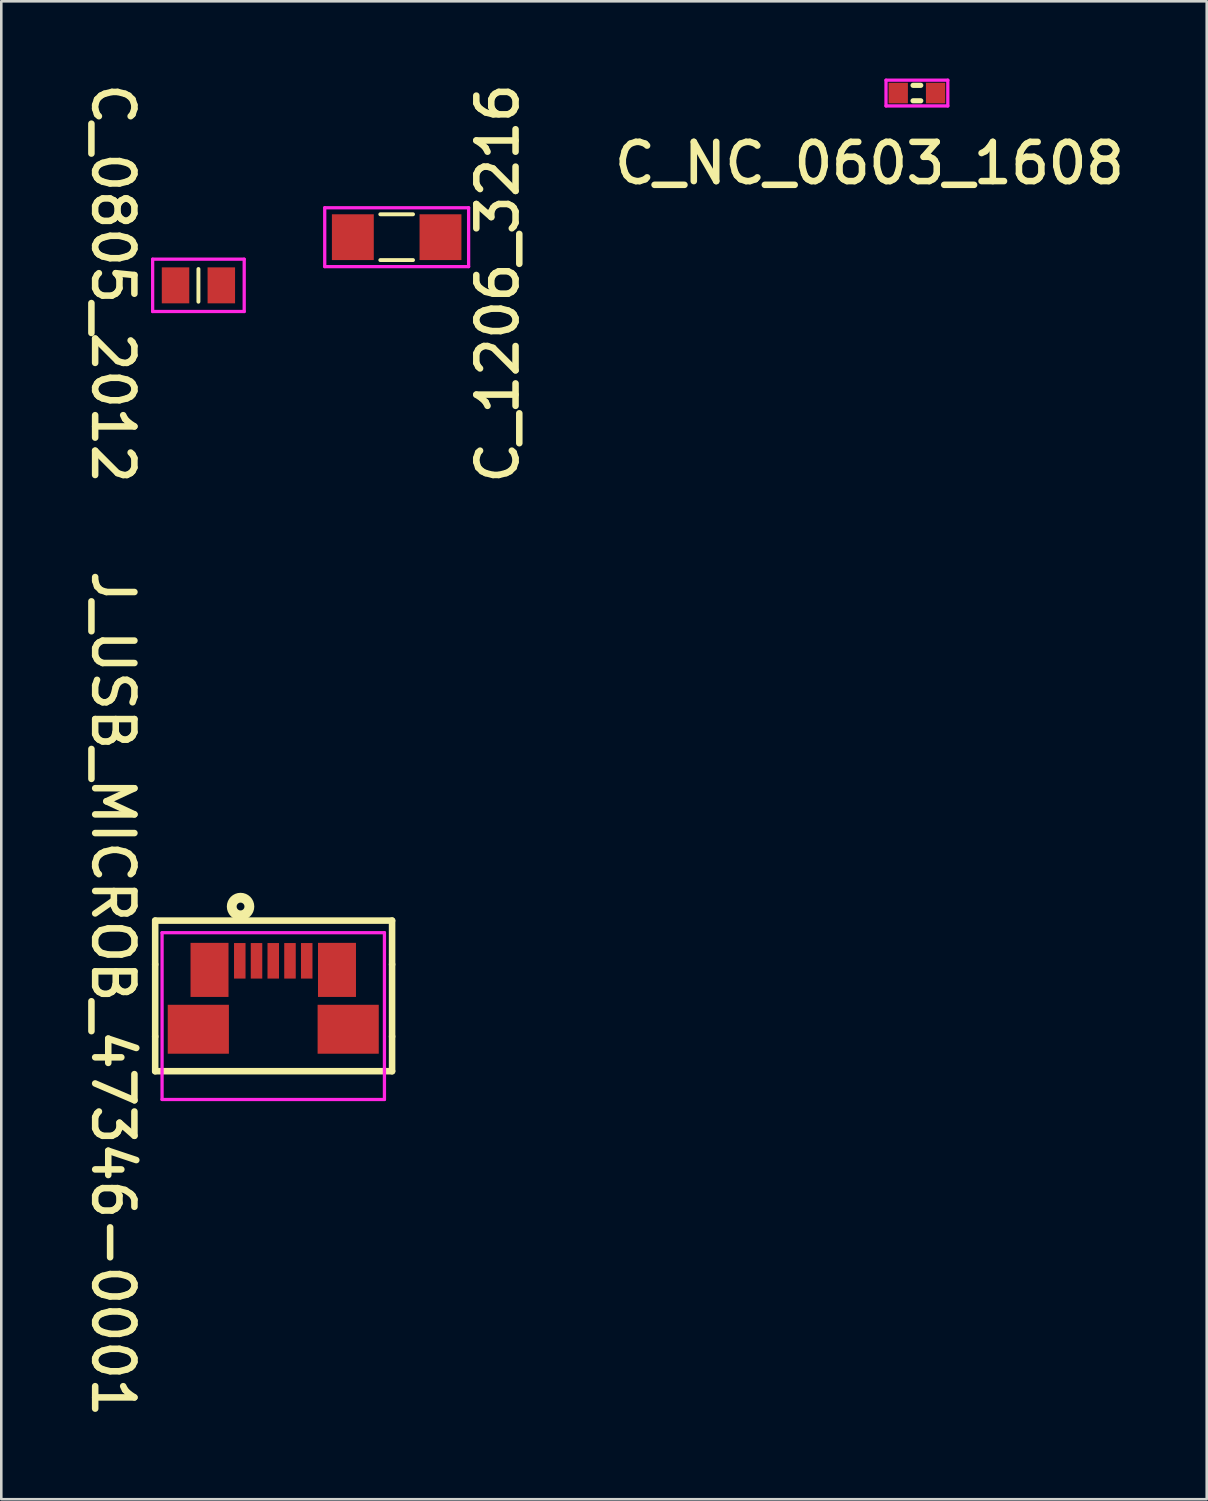
<source format=kicad_pcb>
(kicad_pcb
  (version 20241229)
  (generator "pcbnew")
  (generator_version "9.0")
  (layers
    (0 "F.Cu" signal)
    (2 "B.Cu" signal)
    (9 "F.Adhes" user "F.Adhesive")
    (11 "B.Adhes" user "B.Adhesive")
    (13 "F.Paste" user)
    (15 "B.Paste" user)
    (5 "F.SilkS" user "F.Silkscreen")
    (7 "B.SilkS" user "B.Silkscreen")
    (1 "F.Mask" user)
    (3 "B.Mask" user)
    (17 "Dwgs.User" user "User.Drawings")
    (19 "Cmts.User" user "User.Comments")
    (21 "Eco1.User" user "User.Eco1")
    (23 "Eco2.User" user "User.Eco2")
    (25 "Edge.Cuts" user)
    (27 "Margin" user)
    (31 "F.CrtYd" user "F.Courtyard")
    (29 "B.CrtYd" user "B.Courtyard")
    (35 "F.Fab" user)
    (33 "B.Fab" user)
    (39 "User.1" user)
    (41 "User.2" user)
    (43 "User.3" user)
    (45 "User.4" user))
  (footprint "C_1206_3216"
    (layer "F.Cu")
    (at 12.355 6.161)
    (property "Reference" "C_1206_3216" (at 3.925 1.796 90) (unlocked yes) (layer "F.SilkS") (effects (font (size 1.524 1.524) (thickness 0.254))))
    (attr smd)
    (fp_line (start -0.635 -0.889) (end 0.635 -0.889) (stroke (width 0.152) (type solid)) (layer "F.SilkS"))
    (fp_line (start -0.635 0.889) (end 0.635 0.889) (stroke (width 0.152) (type solid)) (layer "F.SilkS"))
    (fp_line (start -2.794 1.143) (end -2.794 -1.143) (stroke (width 0.127) (type solid)) (layer "F.CrtYd"))
    (fp_line (start 2.794 -1.143) (end -2.794 -1.143) (stroke (width 0.127) (type solid)) (layer "F.CrtYd"))
    (fp_line (start 2.794 1.143) (end -2.794 1.143) (stroke (width 0.127) (type solid)) (layer "F.CrtYd"))
    (fp_line (start 2.794 1.143) (end 2.794 -1.143) (stroke (width 0.127) (type solid)) (layer "F.CrtYd"))
    (fp_line (start -1.7 -0.889) (end 1.7 -0.889) (stroke (width 0.127) (type solid)) (layer "User.13"))
    (fp_line (start -1.7 0.9) (end -1.7 -0.889) (stroke (width 0.127) (type solid)) (layer "User.13"))
    (fp_line (start -1.7 0.9) (end 1.7 0.9) (stroke (width 0.127) (type solid)) (layer "User.13"))
    (fp_line (start 1.7 0.9) (end 1.7 -0.889) (stroke (width 0.127) (type solid)) (layer "User.13"))
    (pad "1" smd rect (at -1.702 0 180) (size 1.626 1.778) (layers "F.Cu" "F.Mask" "F.Paste"))
    (pad "2" smd rect (at 1.702 0 180) (size 1.626 1.778) (layers "F.Cu" "F.Mask" "F.Paste")))
  (footprint "J_USB_MICROB_47346-0001"
    (layer "F.Cu")
    (at 7.562 34.442)
    (property "Reference" "J_USB_MICROB_47346-0001" (at -6.224 1.102 270) (unlocked yes) (layer "F.SilkS") (effects (font (size 1.524 1.524) (thickness 0.254))))
    (attr smd)
    (fp_line (start -4.585 -1.74) (end -4.585 -0.038) (stroke (width 0.254) (type solid)) (layer "F.SilkS"))
    (fp_line (start -4.585 -0.038) (end -4.585 2.762) (stroke (width 0.254) (type solid)) (layer "F.SilkS"))
    (fp_line (start -4.585 2.762) (end -4.585 4.11) (stroke (width 0.254) (type solid)) (layer "F.SilkS"))
    (fp_line (start 4.615 -1.74) (end -4.585 -1.74) (stroke (width 0.254) (type solid)) (layer "F.SilkS"))
    (fp_line (start 4.615 -1.74) (end 4.615 -0.038) (stroke (width 0.254) (type solid)) (layer "F.SilkS"))
    (fp_line (start 4.615 -0.038) (end 4.615 2.762) (stroke (width 0.254) (type solid)) (layer "F.SilkS"))
    (fp_line (start 4.615 2.762) (end 4.615 4.11) (stroke (width 0.254) (type solid)) (layer "F.SilkS"))
    (fp_line (start 4.615 4.11) (end -4.585 4.11) (stroke (width 0.254) (type solid)) (layer "F.SilkS"))
    (fp_circle (center -1.27 -2.286) (end -1.422 -2.286) (stroke (width 0.381) (type solid)) (fill no) (layer "F.SilkS"))
    (fp_line (start -4.318 -1.27) (end -4.318 5.207) (stroke (width 0.127) (type solid)) (layer "F.CrtYd"))
    (fp_line (start -4.318 -1.27) (end 4.318 -1.27) (stroke (width 0.127) (type solid)) (layer "F.CrtYd"))
    (fp_line (start -4.318 5.207) (end 4.318 5.207) (stroke (width 0.127) (type solid)) (layer "F.CrtYd"))
    (fp_line (start 4.318 -1.27) (end 4.318 5.207) (stroke (width 0.127) (type solid)) (layer "F.CrtYd"))
    (fp_line (start -3.985 -0.36) (end -3.985 5.07) (stroke (width 0.127) (type solid)) (layer "User.13"))
    (fp_line (start 3.995 -0.36) (end -3.985 -0.36) (stroke (width 0.127) (type solid)) (layer "User.13"))
    (fp_line (start 3.995 -0.36) (end 3.995 5.07) (stroke (width 0.127) (type solid)) (layer "User.13"))
    (fp_line (start 3.995 5.07) (end -3.985 5.07) (stroke (width 0.127) (type solid)) (layer "User.13"))
    (pad "1" smd rect (at -1.3 -0.178 270) (size 1.38 0.447) (layers "F.Cu" "F.Mask" "F.Paste"))
    (pad "2" smd rect (at -0.65 -0.178 270) (size 1.38 0.447) (layers "F.Cu" "F.Mask" "F.Paste"))
    (pad "3" smd rect (at 0 -0.178 270) (size 1.38 0.447) (layers "F.Cu" "F.Mask" "F.Paste"))
    (pad "4" smd rect (at 0.65 -0.178 270) (size 1.38 0.447) (layers "F.Cu" "F.Mask" "F.Paste"))
    (pad "5" smd rect (at 1.3 -0.178 270) (size 1.38 0.447) (layers "F.Cu" "F.Mask" "F.Paste"))
    (pad "MH" smd rect (at -2.91 2.48 270) (size 1.9 2.375) (layers "F.Cu" "F.Mask" "F.Paste"))
    (pad "MH" smd rect (at -2.475 0.175 270) (size 2.1 1.475) (layers "F.Cu" "F.Mask" "F.Paste"))
    (pad "MH" smd rect (at 2.475 0.175 270) (size 2.1 1.475) (layers "F.Cu" "F.Mask" "F.Paste"))
    (pad "MH" smd rect (at 2.91 2.48 270) (size 1.9 2.375) (layers "F.Cu" "F.Mask" "F.Paste")))
  (footprint "C_0805_2012"
    (layer "F.Cu")
    (at 4.656 8.032)
    (property "Reference" "C_0805_2012" (at -3.319 -0.074 270) (unlocked yes) (layer "F.SilkS") (effects (font (size 1.524 1.524) (thickness 0.254))))
    (attr smd)
    (fp_line (start 0 -0.635) (end 0 0.635) (stroke (width 0.152) (type solid)) (layer "F.SilkS"))
    (fp_line (start -1.778 -1.016) (end -1.778 1.016) (stroke (width 0.127) (type solid)) (layer "F.CrtYd"))
    (fp_line (start -1.778 -1.016) (end 1.778 -1.016) (stroke (width 0.127) (type solid)) (layer "F.CrtYd"))
    (fp_line (start -1.778 1.016) (end 1.778 1.016) (stroke (width 0.127) (type solid)) (layer "F.CrtYd"))
    (fp_line (start 1.778 -1.016) (end 1.778 1.016) (stroke (width 0.127) (type solid)) (layer "F.CrtYd"))
    (fp_line (start -1.1 -0.725) (end -1.1 0.725) (stroke (width 0.127) (type solid)) (layer "User.13"))
    (fp_line (start 1.1 -0.725) (end -1.1 -0.725) (stroke (width 0.127) (type solid)) (layer "User.13"))
    (fp_line (start 1.1 -0.725) (end 1.1 0.725) (stroke (width 0.127) (type solid)) (layer "User.13"))
    (fp_line (start 1.1 0.725) (end -1.1 0.725) (stroke (width 0.127) (type solid)) (layer "User.13"))
    (pad "1" smd rect (at -0.889 0) (size 1.067 1.397) (layers "F.Cu" "F.Mask" "F.Paste"))
    (pad "2" smd rect (at 0.889 0) (size 1.067 1.397) (layers "F.Cu" "F.Mask" "F.Paste")))
  (footprint "C_NC_0603_1608"
    (layer "F.Cu")
    (at 32.559 0.564)
    (property "Reference" "C_NC_0603_1608" (at -1.843 2.727 0) (unlocked yes) (layer "F.SilkS") (effects (font (size 1.524 1.524) (thickness 0.254))))
    (attr smd)
    (fp_line (start -0.15 -0.3) (end 0.15 -0.3) (stroke (width 0.2) (type solid)) (layer "F.SilkS"))
    (fp_line (start -0.15 0.3) (end 0.15 0.3) (stroke (width 0.2) (type solid)) (layer "F.SilkS"))
    (fp_line (start -1.2 -0.5) (end -1.2 0.5) (stroke (width 0.127) (type solid)) (layer "F.CrtYd"))
    (fp_line (start 1.2 -0.5) (end -1.2 -0.5) (stroke (width 0.127) (type solid)) (layer "F.CrtYd"))
    (fp_line (start 1.2 -0.5) (end 1.2 0.5) (stroke (width 0.127) (type solid)) (layer "F.CrtYd"))
    (fp_line (start 1.2 0.5) (end -1.2 0.5) (stroke (width 0.127) (type solid)) (layer "F.CrtYd"))
    (fp_line (start -0.85 -0.45) (end -0.85 0.45) (stroke (width 0.127) (type solid)) (layer "User.13"))
    (fp_line (start -0.85 -0.45) (end 0.85 -0.45) (stroke (width 0.127) (type solid)) (layer "User.13"))
    (fp_line (start -0.85 0.45) (end 0.85 0.45) (stroke (width 0.127) (type solid)) (layer "User.13"))
    (fp_line (start 0.85 -0.45) (end 0.85 0.45) (stroke (width 0.127) (type solid)) (layer "User.13"))
    (pad "1" smd rect (at -0.725 0 270) (size 0.8 0.75) (layers "F.Cu" "F.Mask" "F.Paste"))
    (pad "2" smd rect (at 0.725 0 270) (size 0.8 0.75) (layers "F.Cu" "F.Mask" "F.Paste")))
  (gr_rect
    (start -3 -3)
    (end 43.814 55.174)
    (stroke (width 0.1) (type default))
    (fill no)
    (layer "Edge.Cuts")))
</source>
